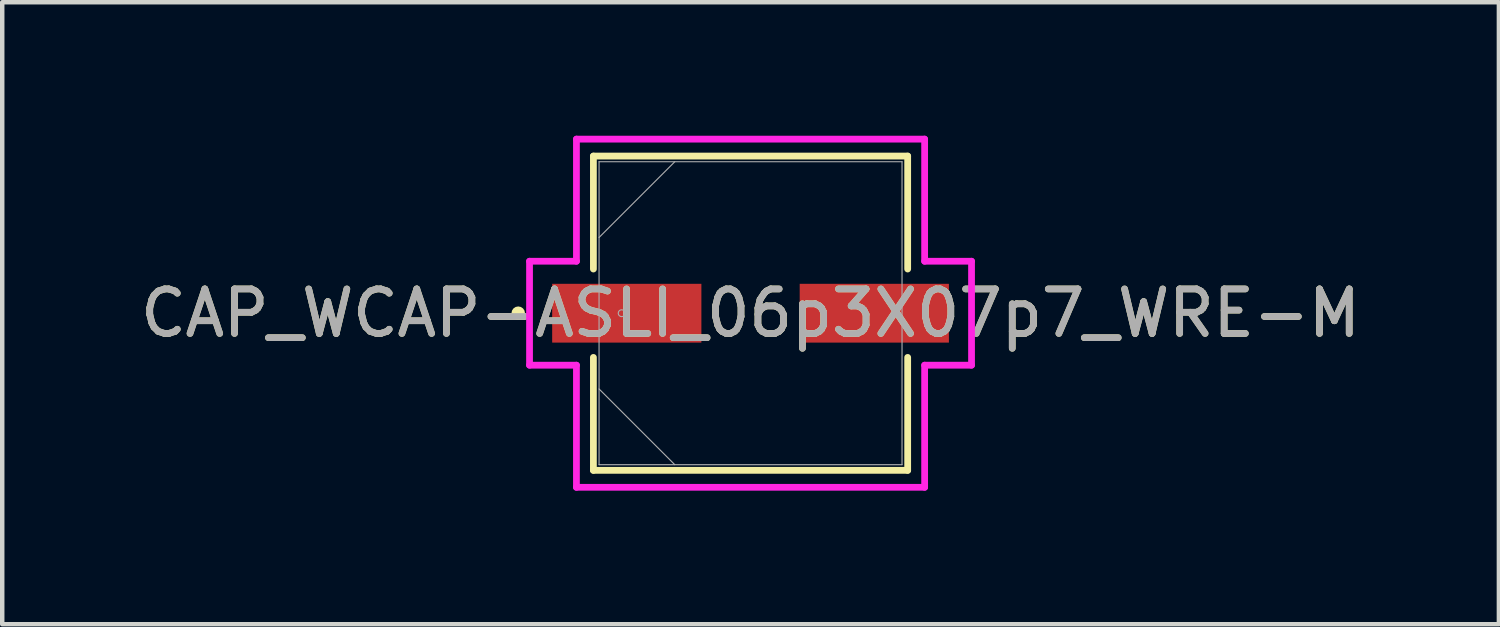
<source format=kicad_pcb>
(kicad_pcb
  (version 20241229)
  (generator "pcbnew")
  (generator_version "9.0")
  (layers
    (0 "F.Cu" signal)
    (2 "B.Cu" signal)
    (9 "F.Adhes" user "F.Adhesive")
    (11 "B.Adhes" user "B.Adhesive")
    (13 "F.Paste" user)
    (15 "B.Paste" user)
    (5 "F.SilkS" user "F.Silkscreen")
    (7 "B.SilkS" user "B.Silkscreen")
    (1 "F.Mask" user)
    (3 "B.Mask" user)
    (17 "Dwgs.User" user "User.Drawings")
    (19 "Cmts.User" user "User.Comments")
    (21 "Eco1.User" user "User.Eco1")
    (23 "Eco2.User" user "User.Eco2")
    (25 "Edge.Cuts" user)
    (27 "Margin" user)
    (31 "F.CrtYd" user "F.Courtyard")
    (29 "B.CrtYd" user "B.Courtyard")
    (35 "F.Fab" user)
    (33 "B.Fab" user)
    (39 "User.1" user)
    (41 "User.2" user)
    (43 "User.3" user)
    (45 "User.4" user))
  (footprint "CAP_WCAP-ASLI_06p3X07p7_WRE-M"
    (layer "F.Cu")
    (at 13.815 3.988)
    (property "Reference" "CAP_WCAP-ASLI_06p3X07p7_WRE-M" (at 0 0 0) (unlocked yes) (layer "F.SilkS") (effects (font (size 1 1) (thickness 0.15))))
    (attr smd)
    (fp_line (start -3.531 -3.531) (end -3.531 -0.993) (stroke (width 0.152) (type solid)) (layer "F.SilkS"))
    (fp_line (start -3.531 0.993) (end -3.531 3.531) (stroke (width 0.152) (type solid)) (layer "F.SilkS"))
    (fp_line (start -3.531 3.531) (end 3.531 3.531) (stroke (width 0.152) (type solid)) (layer "F.SilkS"))
    (fp_line (start 3.531 -3.531) (end -3.531 -3.531) (stroke (width 0.152) (type solid)) (layer "F.SilkS"))
    (fp_line (start 3.531 -0.993) (end 3.531 -3.531) (stroke (width 0.152) (type solid)) (layer "F.SilkS"))
    (fp_line (start 3.531 3.531) (end 3.531 0.993) (stroke (width 0.152) (type solid)) (layer "F.SilkS"))
    (fp_circle (center -5.22 0) (end -5.144 0) (stroke (width 0.152) (type solid)) (fill no) (layer "F.SilkS"))
    (fp_line (start -4.966 -1.168) (end -3.912 -1.168) (stroke (width 0.152) (type solid)) (layer "F.CrtYd"))
    (fp_line (start -4.966 1.168) (end -4.966 -1.168) (stroke (width 0.152) (type solid)) (layer "F.CrtYd"))
    (fp_line (start -3.912 -3.912) (end 3.912 -3.912) (stroke (width 0.152) (type solid)) (layer "F.CrtYd"))
    (fp_line (start -3.912 -1.168) (end -3.912 -3.912) (stroke (width 0.152) (type solid)) (layer "F.CrtYd"))
    (fp_line (start -3.912 1.168) (end -4.966 1.168) (stroke (width 0.152) (type solid)) (layer "F.CrtYd"))
    (fp_line (start -3.912 3.912) (end -3.912 1.168) (stroke (width 0.152) (type solid)) (layer "F.CrtYd"))
    (fp_line (start 3.912 -3.912) (end 3.912 -1.168) (stroke (width 0.152) (type solid)) (layer "F.CrtYd"))
    (fp_line (start 3.912 -1.168) (end 4.966 -1.168) (stroke (width 0.152) (type solid)) (layer "F.CrtYd"))
    (fp_line (start 3.912 1.168) (end 3.912 3.912) (stroke (width 0.152) (type solid)) (layer "F.CrtYd"))
    (fp_line (start 3.912 3.912) (end -3.912 3.912) (stroke (width 0.152) (type solid)) (layer "F.CrtYd"))
    (fp_line (start 4.966 -1.168) (end 4.966 1.168) (stroke (width 0.152) (type solid)) (layer "F.CrtYd"))
    (fp_line (start 4.966 1.168) (end 3.912 1.168) (stroke (width 0.152) (type solid)) (layer "F.CrtYd"))
    (fp_line (start -3.404 -3.404) (end -3.404 3.404) (stroke (width 0.025) (type solid)) (layer "F.Fab"))
    (fp_line (start -3.404 -1.702) (end -1.702 -3.404) (stroke (width 0.025) (type solid)) (layer "F.Fab"))
    (fp_line (start -3.404 1.702) (end -1.702 3.404) (stroke (width 0.025) (type solid)) (layer "F.Fab"))
    (fp_line (start -3.404 3.404) (end 3.404 3.404) (stroke (width 0.025) (type solid)) (layer "F.Fab"))
    (fp_line (start 3.404 -3.404) (end -3.404 -3.404) (stroke (width 0.025) (type solid)) (layer "F.Fab"))
    (fp_line (start 3.404 3.404) (end 3.404 -3.404) (stroke (width 0.025) (type solid)) (layer "F.Fab"))
    (fp_circle (center -2.896 0) (end -2.819 0) (stroke (width 0.025) (type solid)) (fill no) (layer "F.Fab"))
    (fp_text user "${REFERENCE}" (at 0 0 0) (unlocked yes) (layer "F.Fab") (effects (font (size 1 1) (thickness 0.15))))
    (pad "1" smd rect (at -2.781 0) (size 3.353 1.321) (layers "F.Cu" "F.Mask" "F.Paste"))
    (pad "2" smd rect (at 2.781 0) (size 3.353 1.321) (layers "F.Cu" "F.Mask" "F.Paste"))
    (zone (net_name "") (layer "F.Cu") (hatch full 0.508) (connect_pads) (min_thickness 0.254) (filled_areas_thickness no) (keepout (tracks not_allowed) (vias not_allowed) (pads allowed) (copperpour not_allowed) (footprints allowed)) (placement (enabled no)) (fill) (polygon (pts (xy 10.463 0.635) (xy 17.168 0.635) (xy 17.168 3.277) (xy 10.463 3.277))))
    (zone (net_name "") (layer "F.Cu") (hatch full 0.508) (connect_pads) (min_thickness 0.254) (filled_areas_thickness no) (keepout (tracks not_allowed) (vias not_allowed) (pads allowed) (copperpour not_allowed) (footprints allowed)) (placement (enabled no)) (fill) (polygon (pts (xy 10.463 4.699) (xy 17.168 4.699) (xy 17.168 7.341) (xy 10.463 7.341))))
    (zone (net_name "") (layer "F.Cu") (hatch full 0.508) (connect_pads) (min_thickness 0.254) (filled_areas_thickness no) (keepout (tracks not_allowed) (vias not_allowed) (pads allowed) (copperpour not_allowed) (footprints allowed)) (placement (enabled no)) (fill) (polygon (pts (xy 12.761 3.277) (xy 14.87 3.277) (xy 14.87 4.699) (xy 12.761 4.699)))))
  (gr_rect
    (start -3 -3)
    (end 30.631 10.976)
    (stroke (width 0.1) (type default))
    (fill no)
    (layer "Edge.Cuts")))
</source>
